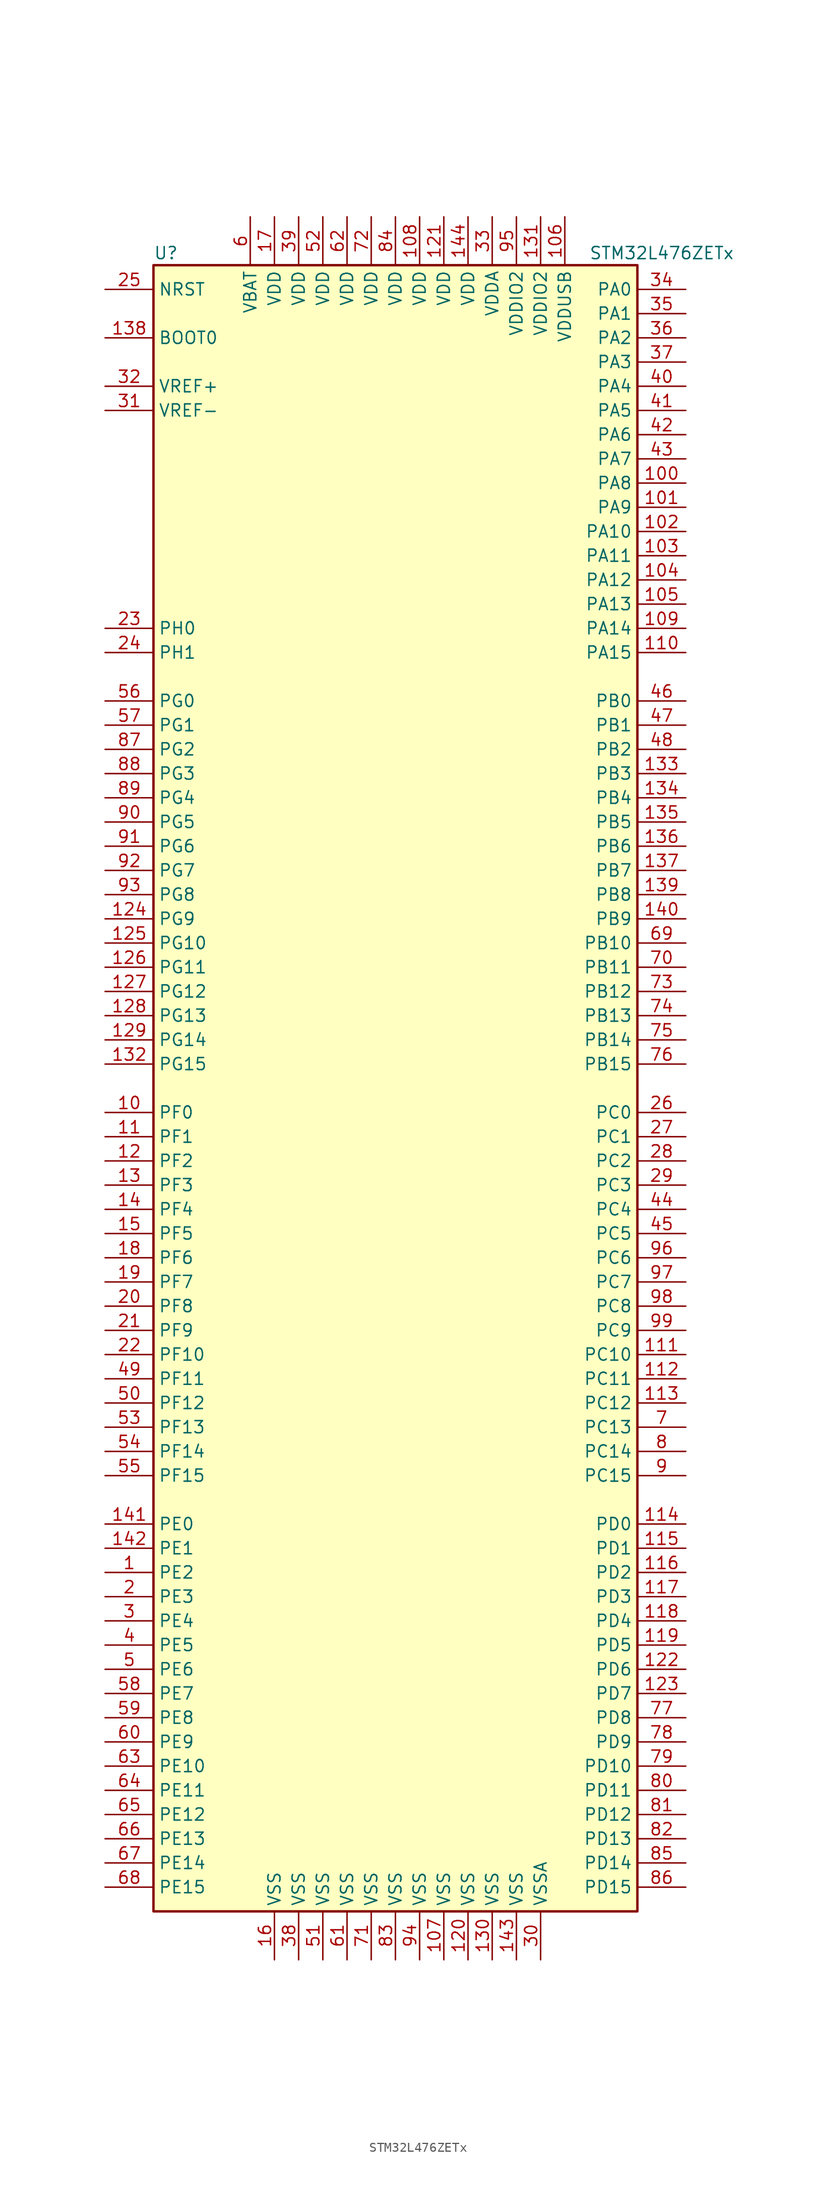
<source format=kicad_sym>
(kicad_symbol_lib
  (version 20211014)
  (generator kicad_symbol_editor)
  (symbol "STM32L476ZETx"
    (property "Reference" "U"
      (at -25.4 87.63 0)
      (effects (font (size 1.27 1.27)) (justify left)))
    (property "Value" "STM32L476ZETx"
      (at 20.32 87.63 0)
      (effects (font (size 1.27 1.27)) (justify left)))
    (symbol "STM32L476ZETx_0_1"
      (rectangle (start -25.4 -86.36) (end 25.4 86.36) (stroke (width 0.254) (type default) (color 0 0 0 0)) (fill (type background))))
    (symbol "STM32L476ZETx_1_1"
      (pin bidirectional line (at -30.48 -50.8 0) (length 5.08) (name "PE2" (effects (font (size 1.27 1.27)))) (number "1" (effects (font (size 1.27 1.27)))))
      (pin bidirectional line (at -30.48 -2.54 0) (length 5.08) (name "PF0" (effects (font (size 1.27 1.27)))) (number "10" (effects (font (size 1.27 1.27)))))
      (pin bidirectional line (at 30.48 63.5 180) (length 5.08) (name "PA8" (effects (font (size 1.27 1.27)))) (number "100" (effects (font (size 1.27 1.27)))))
      (pin bidirectional line (at 30.48 60.96 180) (length 5.08) (name "PA9" (effects (font (size 1.27 1.27)))) (number "101" (effects (font (size 1.27 1.27)))))
      (pin bidirectional line (at 30.48 58.42 180) (length 5.08) (name "PA10" (effects (font (size 1.27 1.27)))) (number "102" (effects (font (size 1.27 1.27)))))
      (pin bidirectional line (at 30.48 55.88 180) (length 5.08) (name "PA11" (effects (font (size 1.27 1.27)))) (number "103" (effects (font (size 1.27 1.27)))))
      (pin bidirectional line (at 30.48 53.34 180) (length 5.08) (name "PA12" (effects (font (size 1.27 1.27)))) (number "104" (effects (font (size 1.27 1.27)))))
      (pin bidirectional line (at 30.48 50.8 180) (length 5.08) (name "PA13" (effects (font (size 1.27 1.27)))) (number "105" (effects (font (size 1.27 1.27)))))
      (pin power_in line (at 17.78 91.44 270) (length 5.08) (name "VDDUSB" (effects (font (size 1.27 1.27)))) (number "106" (effects (font (size 1.27 1.27)))))
      (pin power_in line (at 5.08 -91.44 90) (length 5.08) (name "VSS" (effects (font (size 1.27 1.27)))) (number "107" (effects (font (size 1.27 1.27)))))
      (pin power_in line (at 2.54 91.44 270) (length 5.08) (name "VDD" (effects (font (size 1.27 1.27)))) (number "108" (effects (font (size 1.27 1.27)))))
      (pin bidirectional line (at 30.48 48.26 180) (length 5.08) (name "PA14" (effects (font (size 1.27 1.27)))) (number "109" (effects (font (size 1.27 1.27)))))
      (pin bidirectional line (at -30.48 -5.08 0) (length 5.08) (name "PF1" (effects (font (size 1.27 1.27)))) (number "11" (effects (font (size 1.27 1.27)))))
      (pin bidirectional line (at 30.48 45.72 180) (length 5.08) (name "PA15" (effects (font (size 1.27 1.27)))) (number "110" (effects (font (size 1.27 1.27)))))
      (pin bidirectional line (at 30.48 -27.94 180) (length 5.08) (name "PC10" (effects (font (size 1.27 1.27)))) (number "111" (effects (font (size 1.27 1.27)))))
      (pin bidirectional line (at 30.48 -30.48 180) (length 5.08) (name "PC11" (effects (font (size 1.27 1.27)))) (number "112" (effects (font (size 1.27 1.27)))))
      (pin bidirectional line (at 30.48 -33.02 180) (length 5.08) (name "PC12" (effects (font (size 1.27 1.27)))) (number "113" (effects (font (size 1.27 1.27)))))
      (pin bidirectional line (at 30.48 -45.72 180) (length 5.08) (name "PD0" (effects (font (size 1.27 1.27)))) (number "114" (effects (font (size 1.27 1.27)))))
      (pin bidirectional line (at 30.48 -48.26 180) (length 5.08) (name "PD1" (effects (font (size 1.27 1.27)))) (number "115" (effects (font (size 1.27 1.27)))))
      (pin bidirectional line (at 30.48 -50.8 180) (length 5.08) (name "PD2" (effects (font (size 1.27 1.27)))) (number "116" (effects (font (size 1.27 1.27)))))
      (pin bidirectional line (at 30.48 -53.34 180) (length 5.08) (name "PD3" (effects (font (size 1.27 1.27)))) (number "117" (effects (font (size 1.27 1.27)))))
      (pin bidirectional line (at 30.48 -55.88 180) (length 5.08) (name "PD4" (effects (font (size 1.27 1.27)))) (number "118" (effects (font (size 1.27 1.27)))))
      (pin bidirectional line (at 30.48 -58.42 180) (length 5.08) (name "PD5" (effects (font (size 1.27 1.27)))) (number "119" (effects (font (size 1.27 1.27)))))
      (pin bidirectional line (at -30.48 -7.62 0) (length 5.08) (name "PF2" (effects (font (size 1.27 1.27)))) (number "12" (effects (font (size 1.27 1.27)))))
      (pin power_in line (at 7.62 -91.44 90) (length 5.08) (name "VSS" (effects (font (size 1.27 1.27)))) (number "120" (effects (font (size 1.27 1.27)))))
      (pin power_in line (at 5.08 91.44 270) (length 5.08) (name "VDD" (effects (font (size 1.27 1.27)))) (number "121" (effects (font (size 1.27 1.27)))))
      (pin bidirectional line (at 30.48 -60.96 180) (length 5.08) (name "PD6" (effects (font (size 1.27 1.27)))) (number "122" (effects (font (size 1.27 1.27)))))
      (pin bidirectional line (at 30.48 -63.5 180) (length 5.08) (name "PD7" (effects (font (size 1.27 1.27)))) (number "123" (effects (font (size 1.27 1.27)))))
      (pin bidirectional line (at -30.48 17.78 0) (length 5.08) (name "PG9" (effects (font (size 1.27 1.27)))) (number "124" (effects (font (size 1.27 1.27)))))
      (pin bidirectional line (at -30.48 15.24 0) (length 5.08) (name "PG10" (effects (font (size 1.27 1.27)))) (number "125" (effects (font (size 1.27 1.27)))))
      (pin bidirectional line (at -30.48 12.7 0) (length 5.08) (name "PG11" (effects (font (size 1.27 1.27)))) (number "126" (effects (font (size 1.27 1.27)))))
      (pin bidirectional line (at -30.48 10.16 0) (length 5.08) (name "PG12" (effects (font (size 1.27 1.27)))) (number "127" (effects (font (size 1.27 1.27)))))
      (pin bidirectional line (at -30.48 7.62 0) (length 5.08) (name "PG13" (effects (font (size 1.27 1.27)))) (number "128" (effects (font (size 1.27 1.27)))))
      (pin bidirectional line (at -30.48 5.08 0) (length 5.08) (name "PG14" (effects (font (size 1.27 1.27)))) (number "129" (effects (font (size 1.27 1.27)))))
      (pin bidirectional line (at -30.48 -10.16 0) (length 5.08) (name "PF3" (effects (font (size 1.27 1.27)))) (number "13" (effects (font (size 1.27 1.27)))))
      (pin power_in line (at 10.16 -91.44 90) (length 5.08) (name "VSS" (effects (font (size 1.27 1.27)))) (number "130" (effects (font (size 1.27 1.27)))))
      (pin power_in line (at 15.24 91.44 270) (length 5.08) (name "VDDIO2" (effects (font (size 1.27 1.27)))) (number "131" (effects (font (size 1.27 1.27)))))
      (pin bidirectional line (at -30.48 2.54 0) (length 5.08) (name "PG15" (effects (font (size 1.27 1.27)))) (number "132" (effects (font (size 1.27 1.27)))))
      (pin bidirectional line (at 30.48 33.02 180) (length 5.08) (name "PB3" (effects (font (size 1.27 1.27)))) (number "133" (effects (font (size 1.27 1.27)))))
      (pin bidirectional line (at 30.48 30.48 180) (length 5.08) (name "PB4" (effects (font (size 1.27 1.27)))) (number "134" (effects (font (size 1.27 1.27)))))
      (pin bidirectional line (at 30.48 27.94 180) (length 5.08) (name "PB5" (effects (font (size 1.27 1.27)))) (number "135" (effects (font (size 1.27 1.27)))))
      (pin bidirectional line (at 30.48 25.4 180) (length 5.08) (name "PB6" (effects (font (size 1.27 1.27)))) (number "136" (effects (font (size 1.27 1.27)))))
      (pin bidirectional line (at 30.48 22.86 180) (length 5.08) (name "PB7" (effects (font (size 1.27 1.27)))) (number "137" (effects (font (size 1.27 1.27)))))
      (pin input line (at -30.48 78.74 0) (length 5.08) (name "BOOT0" (effects (font (size 1.27 1.27)))) (number "138" (effects (font (size 1.27 1.27)))))
      (pin bidirectional line (at 30.48 20.32 180) (length 5.08) (name "PB8" (effects (font (size 1.27 1.27)))) (number "139" (effects (font (size 1.27 1.27)))))
      (pin bidirectional line (at -30.48 -12.7 0) (length 5.08) (name "PF4" (effects (font (size 1.27 1.27)))) (number "14" (effects (font (size 1.27 1.27)))))
      (pin bidirectional line (at 30.48 17.78 180) (length 5.08) (name "PB9" (effects (font (size 1.27 1.27)))) (number "140" (effects (font (size 1.27 1.27)))))
      (pin bidirectional line (at -30.48 -45.72 0) (length 5.08) (name "PE0" (effects (font (size 1.27 1.27)))) (number "141" (effects (font (size 1.27 1.27)))))
      (pin bidirectional line (at -30.48 -48.26 0) (length 5.08) (name "PE1" (effects (font (size 1.27 1.27)))) (number "142" (effects (font (size 1.27 1.27)))))
      (pin power_in line (at 12.7 -91.44 90) (length 5.08) (name "VSS" (effects (font (size 1.27 1.27)))) (number "143" (effects (font (size 1.27 1.27)))))
      (pin power_in line (at 7.62 91.44 270) (length 5.08) (name "VDD" (effects (font (size 1.27 1.27)))) (number "144" (effects (font (size 1.27 1.27)))))
      (pin bidirectional line (at -30.48 -15.24 0) (length 5.08) (name "PF5" (effects (font (size 1.27 1.27)))) (number "15" (effects (font (size 1.27 1.27)))))
      (pin power_in line (at -12.7 -91.44 90) (length 5.08) (name "VSS" (effects (font (size 1.27 1.27)))) (number "16" (effects (font (size 1.27 1.27)))))
      (pin power_in line (at -12.7 91.44 270) (length 5.08) (name "VDD" (effects (font (size 1.27 1.27)))) (number "17" (effects (font (size 1.27 1.27)))))
      (pin bidirectional line (at -30.48 -17.78 0) (length 5.08) (name "PF6" (effects (font (size 1.27 1.27)))) (number "18" (effects (font (size 1.27 1.27)))))
      (pin bidirectional line (at -30.48 -20.32 0) (length 5.08) (name "PF7" (effects (font (size 1.27 1.27)))) (number "19" (effects (font (size 1.27 1.27)))))
      (pin bidirectional line (at -30.48 -53.34 0) (length 5.08) (name "PE3" (effects (font (size 1.27 1.27)))) (number "2" (effects (font (size 1.27 1.27)))))
      (pin bidirectional line (at -30.48 -22.86 0) (length 5.08) (name "PF8" (effects (font (size 1.27 1.27)))) (number "20" (effects (font (size 1.27 1.27)))))
      (pin bidirectional line (at -30.48 -25.4 0) (length 5.08) (name "PF9" (effects (font (size 1.27 1.27)))) (number "21" (effects (font (size 1.27 1.27)))))
      (pin bidirectional line (at -30.48 -27.94 0) (length 5.08) (name "PF10" (effects (font (size 1.27 1.27)))) (number "22" (effects (font (size 1.27 1.27)))))
      (pin input line (at -30.48 48.26 0) (length 5.08) (name "PH0" (effects (font (size 1.27 1.27)))) (number "23" (effects (font (size 1.27 1.27)))))
      (pin input line (at -30.48 45.72 0) (length 5.08) (name "PH1" (effects (font (size 1.27 1.27)))) (number "24" (effects (font (size 1.27 1.27)))))
      (pin input line (at -30.48 83.82 0) (length 5.08) (name "NRST" (effects (font (size 1.27 1.27)))) (number "25" (effects (font (size 1.27 1.27)))))
      (pin bidirectional line (at 30.48 -2.54 180) (length 5.08) (name "PC0" (effects (font (size 1.27 1.27)))) (number "26" (effects (font (size 1.27 1.27)))))
      (pin bidirectional line (at 30.48 -5.08 180) (length 5.08) (name "PC1" (effects (font (size 1.27 1.27)))) (number "27" (effects (font (size 1.27 1.27)))))
      (pin bidirectional line (at 30.48 -7.62 180) (length 5.08) (name "PC2" (effects (font (size 1.27 1.27)))) (number "28" (effects (font (size 1.27 1.27)))))
      (pin bidirectional line (at 30.48 -10.16 180) (length 5.08) (name "PC3" (effects (font (size 1.27 1.27)))) (number "29" (effects (font (size 1.27 1.27)))))
      (pin bidirectional line (at -30.48 -55.88 0) (length 5.08) (name "PE4" (effects (font (size 1.27 1.27)))) (number "3" (effects (font (size 1.27 1.27)))))
      (pin power_in line (at 15.24 -91.44 90) (length 5.08) (name "VSSA" (effects (font (size 1.27 1.27)))) (number "30" (effects (font (size 1.27 1.27)))))
      (pin power_in line (at -30.48 71.12 0) (length 5.08) (name "VREF-" (effects (font (size 1.27 1.27)))) (number "31" (effects (font (size 1.27 1.27)))))
      (pin bidirectional line (at -30.48 73.66 0) (length 5.08) (name "VREF+" (effects (font (size 1.27 1.27)))) (number "32" (effects (font (size 1.27 1.27)))))
      (pin power_in line (at 10.16 91.44 270) (length 5.08) (name "VDDA" (effects (font (size 1.27 1.27)))) (number "33" (effects (font (size 1.27 1.27)))))
      (pin bidirectional line (at 30.48 83.82 180) (length 5.08) (name "PA0" (effects (font (size 1.27 1.27)))) (number "34" (effects (font (size 1.27 1.27)))))
      (pin bidirectional line (at 30.48 81.28 180) (length 5.08) (name "PA1" (effects (font (size 1.27 1.27)))) (number "35" (effects (font (size 1.27 1.27)))))
      (pin bidirectional line (at 30.48 78.74 180) (length 5.08) (name "PA2" (effects (font (size 1.27 1.27)))) (number "36" (effects (font (size 1.27 1.27)))))
      (pin bidirectional line (at 30.48 76.2 180) (length 5.08) (name "PA3" (effects (font (size 1.27 1.27)))) (number "37" (effects (font (size 1.27 1.27)))))
      (pin power_in line (at -10.16 -91.44 90) (length 5.08) (name "VSS" (effects (font (size 1.27 1.27)))) (number "38" (effects (font (size 1.27 1.27)))))
      (pin power_in line (at -10.16 91.44 270) (length 5.08) (name "VDD" (effects (font (size 1.27 1.27)))) (number "39" (effects (font (size 1.27 1.27)))))
      (pin bidirectional line (at -30.48 -58.42 0) (length 5.08) (name "PE5" (effects (font (size 1.27 1.27)))) (number "4" (effects (font (size 1.27 1.27)))))
      (pin bidirectional line (at 30.48 73.66 180) (length 5.08) (name "PA4" (effects (font (size 1.27 1.27)))) (number "40" (effects (font (size 1.27 1.27)))))
      (pin bidirectional line (at 30.48 71.12 180) (length 5.08) (name "PA5" (effects (font (size 1.27 1.27)))) (number "41" (effects (font (size 1.27 1.27)))))
      (pin bidirectional line (at 30.48 68.58 180) (length 5.08) (name "PA6" (effects (font (size 1.27 1.27)))) (number "42" (effects (font (size 1.27 1.27)))))
      (pin bidirectional line (at 30.48 66.04 180) (length 5.08) (name "PA7" (effects (font (size 1.27 1.27)))) (number "43" (effects (font (size 1.27 1.27)))))
      (pin bidirectional line (at 30.48 -12.7 180) (length 5.08) (name "PC4" (effects (font (size 1.27 1.27)))) (number "44" (effects (font (size 1.27 1.27)))))
      (pin bidirectional line (at 30.48 -15.24 180) (length 5.08) (name "PC5" (effects (font (size 1.27 1.27)))) (number "45" (effects (font (size 1.27 1.27)))))
      (pin bidirectional line (at 30.48 40.64 180) (length 5.08) (name "PB0" (effects (font (size 1.27 1.27)))) (number "46" (effects (font (size 1.27 1.27)))))
      (pin bidirectional line (at 30.48 38.1 180) (length 5.08) (name "PB1" (effects (font (size 1.27 1.27)))) (number "47" (effects (font (size 1.27 1.27)))))
      (pin bidirectional line (at 30.48 35.56 180) (length 5.08) (name "PB2" (effects (font (size 1.27 1.27)))) (number "48" (effects (font (size 1.27 1.27)))))
      (pin bidirectional line (at -30.48 -30.48 0) (length 5.08) (name "PF11" (effects (font (size 1.27 1.27)))) (number "49" (effects (font (size 1.27 1.27)))))
      (pin bidirectional line (at -30.48 -60.96 0) (length 5.08) (name "PE6" (effects (font (size 1.27 1.27)))) (number "5" (effects (font (size 1.27 1.27)))))
      (pin bidirectional line (at -30.48 -33.02 0) (length 5.08) (name "PF12" (effects (font (size 1.27 1.27)))) (number "50" (effects (font (size 1.27 1.27)))))
      (pin power_in line (at -7.62 -91.44 90) (length 5.08) (name "VSS" (effects (font (size 1.27 1.27)))) (number "51" (effects (font (size 1.27 1.27)))))
      (pin power_in line (at -7.62 91.44 270) (length 5.08) (name "VDD" (effects (font (size 1.27 1.27)))) (number "52" (effects (font (size 1.27 1.27)))))
      (pin bidirectional line (at -30.48 -35.56 0) (length 5.08) (name "PF13" (effects (font (size 1.27 1.27)))) (number "53" (effects (font (size 1.27 1.27)))))
      (pin bidirectional line (at -30.48 -38.1 0) (length 5.08) (name "PF14" (effects (font (size 1.27 1.27)))) (number "54" (effects (font (size 1.27 1.27)))))
      (pin bidirectional line (at -30.48 -40.64 0) (length 5.08) (name "PF15" (effects (font (size 1.27 1.27)))) (number "55" (effects (font (size 1.27 1.27)))))
      (pin bidirectional line (at -30.48 40.64 0) (length 5.08) (name "PG0" (effects (font (size 1.27 1.27)))) (number "56" (effects (font (size 1.27 1.27)))))
      (pin bidirectional line (at -30.48 38.1 0) (length 5.08) (name "PG1" (effects (font (size 1.27 1.27)))) (number "57" (effects (font (size 1.27 1.27)))))
      (pin bidirectional line (at -30.48 -63.5 0) (length 5.08) (name "PE7" (effects (font (size 1.27 1.27)))) (number "58" (effects (font (size 1.27 1.27)))))
      (pin bidirectional line (at -30.48 -66.04 0) (length 5.08) (name "PE8" (effects (font (size 1.27 1.27)))) (number "59" (effects (font (size 1.27 1.27)))))
      (pin power_in line (at -15.24 91.44 270) (length 5.08) (name "VBAT" (effects (font (size 1.27 1.27)))) (number "6" (effects (font (size 1.27 1.27)))))
      (pin bidirectional line (at -30.48 -68.58 0) (length 5.08) (name "PE9" (effects (font (size 1.27 1.27)))) (number "60" (effects (font (size 1.27 1.27)))))
      (pin power_in line (at -5.08 -91.44 90) (length 5.08) (name "VSS" (effects (font (size 1.27 1.27)))) (number "61" (effects (font (size 1.27 1.27)))))
      (pin power_in line (at -5.08 91.44 270) (length 5.08) (name "VDD" (effects (font (size 1.27 1.27)))) (number "62" (effects (font (size 1.27 1.27)))))
      (pin bidirectional line (at -30.48 -71.12 0) (length 5.08) (name "PE10" (effects (font (size 1.27 1.27)))) (number "63" (effects (font (size 1.27 1.27)))))
      (pin bidirectional line (at -30.48 -73.66 0) (length 5.08) (name "PE11" (effects (font (size 1.27 1.27)))) (number "64" (effects (font (size 1.27 1.27)))))
      (pin bidirectional line (at -30.48 -76.2 0) (length 5.08) (name "PE12" (effects (font (size 1.27 1.27)))) (number "65" (effects (font (size 1.27 1.27)))))
      (pin bidirectional line (at -30.48 -78.74 0) (length 5.08) (name "PE13" (effects (font (size 1.27 1.27)))) (number "66" (effects (font (size 1.27 1.27)))))
      (pin bidirectional line (at -30.48 -81.28 0) (length 5.08) (name "PE14" (effects (font (size 1.27 1.27)))) (number "67" (effects (font (size 1.27 1.27)))))
      (pin bidirectional line (at -30.48 -83.82 0) (length 5.08) (name "PE15" (effects (font (size 1.27 1.27)))) (number "68" (effects (font (size 1.27 1.27)))))
      (pin bidirectional line (at 30.48 15.24 180) (length 5.08) (name "PB10" (effects (font (size 1.27 1.27)))) (number "69" (effects (font (size 1.27 1.27)))))
      (pin bidirectional line (at 30.48 -35.56 180) (length 5.08) (name "PC13" (effects (font (size 1.27 1.27)))) (number "7" (effects (font (size 1.27 1.27)))))
      (pin bidirectional line (at 30.48 12.7 180) (length 5.08) (name "PB11" (effects (font (size 1.27 1.27)))) (number "70" (effects (font (size 1.27 1.27)))))
      (pin power_in line (at -2.54 -91.44 90) (length 5.08) (name "VSS" (effects (font (size 1.27 1.27)))) (number "71" (effects (font (size 1.27 1.27)))))
      (pin power_in line (at -2.54 91.44 270) (length 5.08) (name "VDD" (effects (font (size 1.27 1.27)))) (number "72" (effects (font (size 1.27 1.27)))))
      (pin bidirectional line (at 30.48 10.16 180) (length 5.08) (name "PB12" (effects (font (size 1.27 1.27)))) (number "73" (effects (font (size 1.27 1.27)))))
      (pin bidirectional line (at 30.48 7.62 180) (length 5.08) (name "PB13" (effects (font (size 1.27 1.27)))) (number "74" (effects (font (size 1.27 1.27)))))
      (pin bidirectional line (at 30.48 5.08 180) (length 5.08) (name "PB14" (effects (font (size 1.27 1.27)))) (number "75" (effects (font (size 1.27 1.27)))))
      (pin bidirectional line (at 30.48 2.54 180) (length 5.08) (name "PB15" (effects (font (size 1.27 1.27)))) (number "76" (effects (font (size 1.27 1.27)))))
      (pin bidirectional line (at 30.48 -66.04 180) (length 5.08) (name "PD8" (effects (font (size 1.27 1.27)))) (number "77" (effects (font (size 1.27 1.27)))))
      (pin bidirectional line (at 30.48 -68.58 180) (length 5.08) (name "PD9" (effects (font (size 1.27 1.27)))) (number "78" (effects (font (size 1.27 1.27)))))
      (pin bidirectional line (at 30.48 -71.12 180) (length 5.08) (name "PD10" (effects (font (size 1.27 1.27)))) (number "79" (effects (font (size 1.27 1.27)))))
      (pin bidirectional line (at 30.48 -38.1 180) (length 5.08) (name "PC14" (effects (font (size 1.27 1.27)))) (number "8" (effects (font (size 1.27 1.27)))))
      (pin bidirectional line (at 30.48 -73.66 180) (length 5.08) (name "PD11" (effects (font (size 1.27 1.27)))) (number "80" (effects (font (size 1.27 1.27)))))
      (pin bidirectional line (at 30.48 -76.2 180) (length 5.08) (name "PD12" (effects (font (size 1.27 1.27)))) (number "81" (effects (font (size 1.27 1.27)))))
      (pin bidirectional line (at 30.48 -78.74 180) (length 5.08) (name "PD13" (effects (font (size 1.27 1.27)))) (number "82" (effects (font (size 1.27 1.27)))))
      (pin power_in line (at 0 -91.44 90) (length 5.08) (name "VSS" (effects (font (size 1.27 1.27)))) (number "83" (effects (font (size 1.27 1.27)))))
      (pin power_in line (at 0 91.44 270) (length 5.08) (name "VDD" (effects (font (size 1.27 1.27)))) (number "84" (effects (font (size 1.27 1.27)))))
      (pin bidirectional line (at 30.48 -81.28 180) (length 5.08) (name "PD14" (effects (font (size 1.27 1.27)))) (number "85" (effects (font (size 1.27 1.27)))))
      (pin bidirectional line (at 30.48 -83.82 180) (length 5.08) (name "PD15" (effects (font (size 1.27 1.27)))) (number "86" (effects (font (size 1.27 1.27)))))
      (pin bidirectional line (at -30.48 35.56 0) (length 5.08) (name "PG2" (effects (font (size 1.27 1.27)))) (number "87" (effects (font (size 1.27 1.27)))))
      (pin bidirectional line (at -30.48 33.02 0) (length 5.08) (name "PG3" (effects (font (size 1.27 1.27)))) (number "88" (effects (font (size 1.27 1.27)))))
      (pin bidirectional line (at -30.48 30.48 0) (length 5.08) (name "PG4" (effects (font (size 1.27 1.27)))) (number "89" (effects (font (size 1.27 1.27)))))
      (pin bidirectional line (at 30.48 -40.64 180) (length 5.08) (name "PC15" (effects (font (size 1.27 1.27)))) (number "9" (effects (font (size 1.27 1.27)))))
      (pin bidirectional line (at -30.48 27.94 0) (length 5.08) (name "PG5" (effects (font (size 1.27 1.27)))) (number "90" (effects (font (size 1.27 1.27)))))
      (pin bidirectional line (at -30.48 25.4 0) (length 5.08) (name "PG6" (effects (font (size 1.27 1.27)))) (number "91" (effects (font (size 1.27 1.27)))))
      (pin bidirectional line (at -30.48 22.86 0) (length 5.08) (name "PG7" (effects (font (size 1.27 1.27)))) (number "92" (effects (font (size 1.27 1.27)))))
      (pin bidirectional line (at -30.48 20.32 0) (length 5.08) (name "PG8" (effects (font (size 1.27 1.27)))) (number "93" (effects (font (size 1.27 1.27)))))
      (pin power_in line (at 2.54 -91.44 90) (length 5.08) (name "VSS" (effects (font (size 1.27 1.27)))) (number "94" (effects (font (size 1.27 1.27)))))
      (pin power_in line (at 12.7 91.44 270) (length 5.08) (name "VDDIO2" (effects (font (size 1.27 1.27)))) (number "95" (effects (font (size 1.27 1.27)))))
      (pin bidirectional line (at 30.48 -17.78 180) (length 5.08) (name "PC6" (effects (font (size 1.27 1.27)))) (number "96" (effects (font (size 1.27 1.27)))))
      (pin bidirectional line (at 30.48 -20.32 180) (length 5.08) (name "PC7" (effects (font (size 1.27 1.27)))) (number "97" (effects (font (size 1.27 1.27)))))
      (pin bidirectional line (at 30.48 -22.86 180) (length 5.08) (name "PC8" (effects (font (size 1.27 1.27)))) (number "98" (effects (font (size 1.27 1.27)))))
      (pin bidirectional line (at 30.48 -25.4 180) (length 5.08) (name "PC9" (effects (font (size 1.27 1.27)))) (number "99" (effects (font (size 1.27 1.27))))))))
</source>
